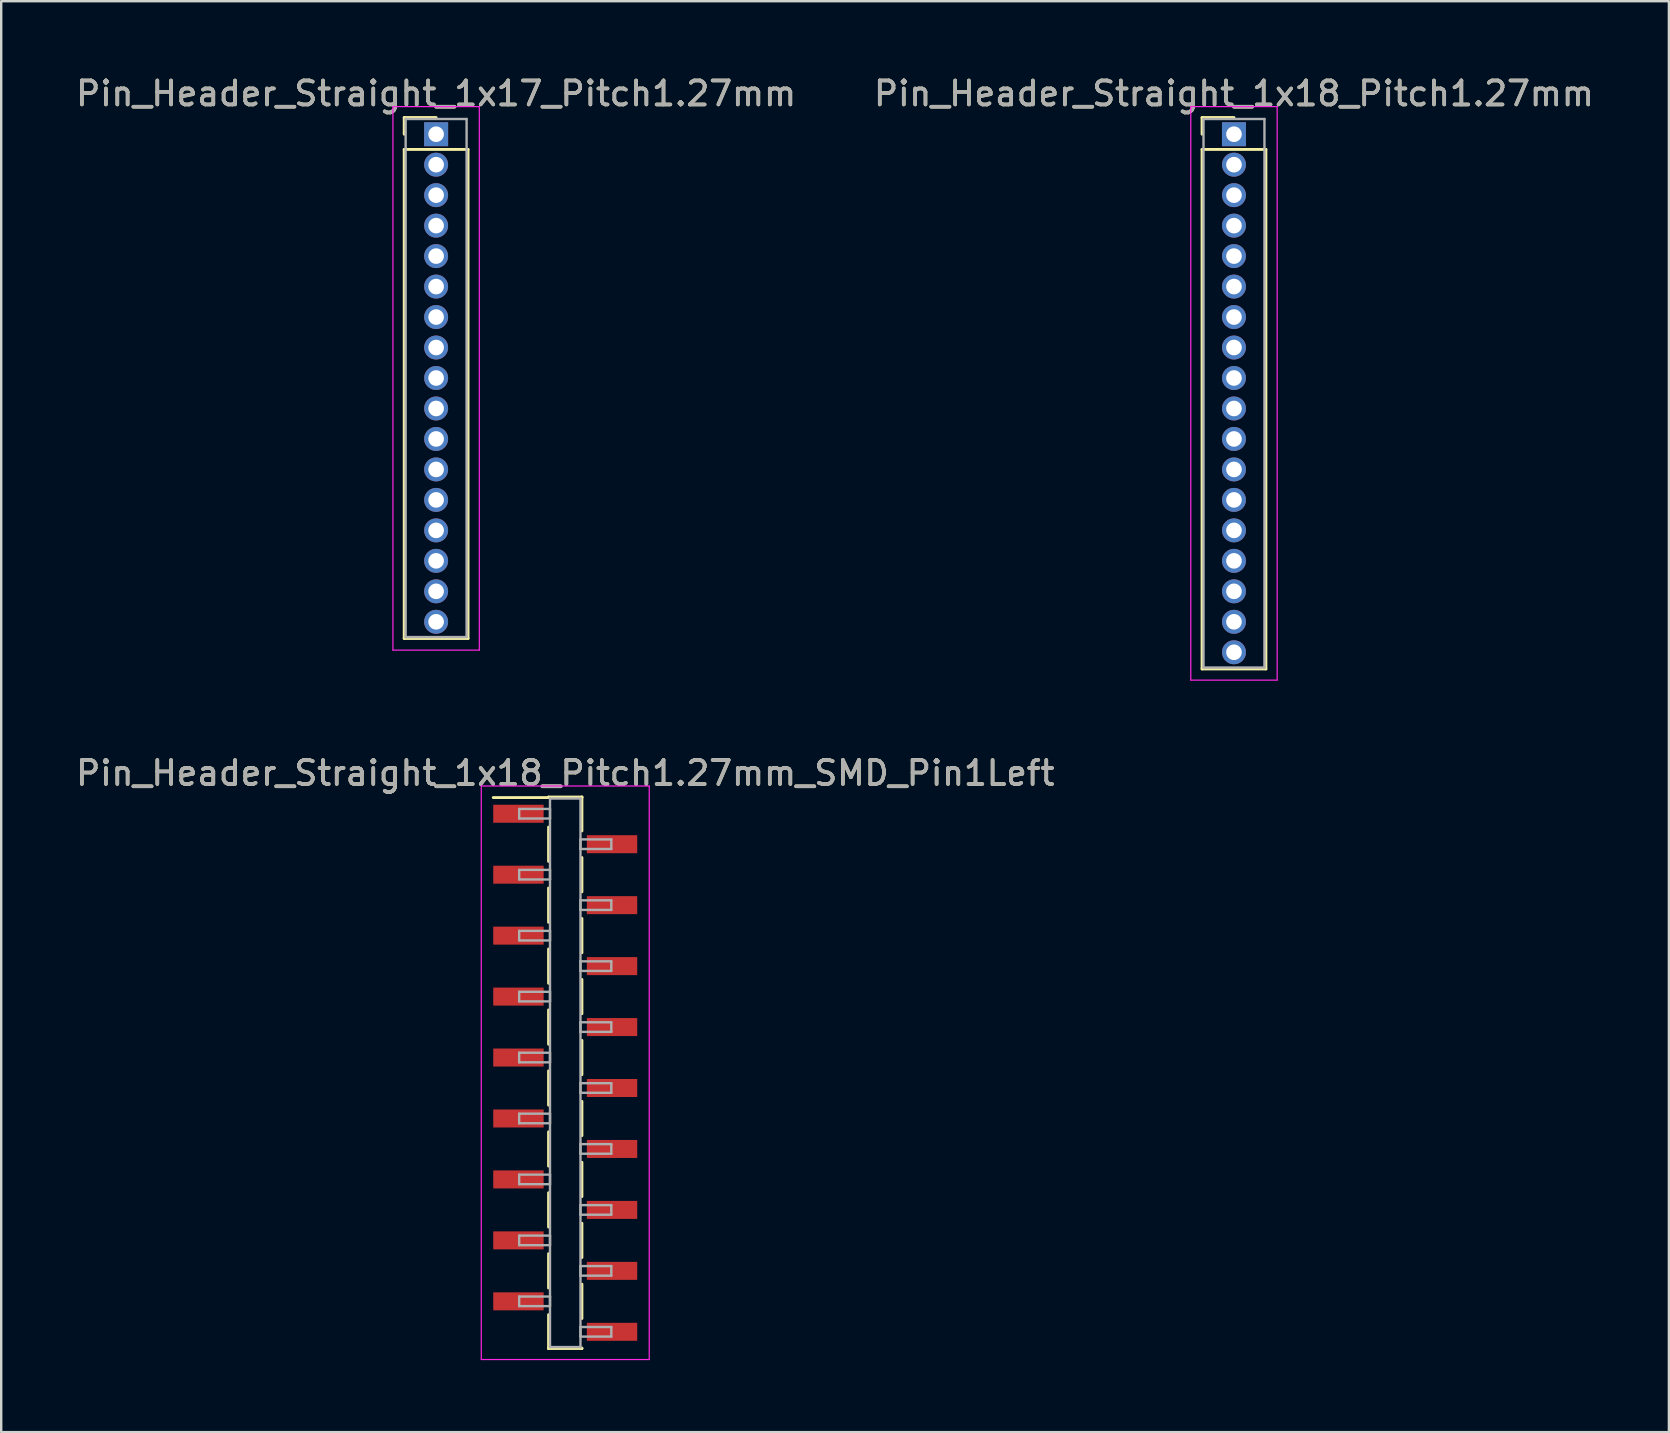
<source format=kicad_pcb>
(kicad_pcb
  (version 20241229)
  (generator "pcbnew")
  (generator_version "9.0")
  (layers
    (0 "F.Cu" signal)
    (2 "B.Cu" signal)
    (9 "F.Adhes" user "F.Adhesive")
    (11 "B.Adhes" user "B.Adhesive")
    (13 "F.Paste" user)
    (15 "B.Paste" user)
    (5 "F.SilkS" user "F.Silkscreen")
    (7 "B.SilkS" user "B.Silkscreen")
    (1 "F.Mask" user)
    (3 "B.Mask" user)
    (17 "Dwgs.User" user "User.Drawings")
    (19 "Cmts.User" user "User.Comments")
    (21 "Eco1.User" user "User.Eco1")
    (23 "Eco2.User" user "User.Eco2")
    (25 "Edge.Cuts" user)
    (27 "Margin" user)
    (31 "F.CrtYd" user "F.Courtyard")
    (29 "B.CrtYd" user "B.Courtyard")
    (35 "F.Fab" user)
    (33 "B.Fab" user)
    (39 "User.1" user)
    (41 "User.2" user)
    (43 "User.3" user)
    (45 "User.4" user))
  (footprint "Pin_Header_Straight_1x18_Pitch1.27mm_SMD_Pin1Left"
    (layer "F.Cu")
    (at 20.506 41.657)
    (property "Reference" "Pin_Header_Straight_1x18_Pitch1.27mm_SMD_Pin1Left" (at 0 -12.49 0) (layer "F.SilkS") (effects (font (size 1 1) (thickness 0.15))))
    (attr smd)
    (fp_line (start -0.695 -11.49) (end 0.695 -11.49) (stroke (width 0.12) (type solid)) (layer "F.SilkS"))
    (fp_line (start -0.695 -11.47) (end -3 -11.47) (stroke (width 0.12) (type solid)) (layer "F.SilkS"))
    (fp_line (start -0.695 -11.47) (end -0.695 -11.49) (stroke (width 0.12) (type solid)) (layer "F.SilkS"))
    (fp_line (start -0.695 -10.24) (end -0.695 -8.81) (stroke (width 0.12) (type solid)) (layer "F.SilkS"))
    (fp_line (start -0.695 -7.7) (end -0.695 -6.27) (stroke (width 0.12) (type solid)) (layer "F.SilkS"))
    (fp_line (start -0.695 -5.16) (end -0.695 -3.73) (stroke (width 0.12) (type solid)) (layer "F.SilkS"))
    (fp_line (start -0.695 -2.62) (end -0.695 -1.19) (stroke (width 0.12) (type solid)) (layer "F.SilkS"))
    (fp_line (start -0.695 -0.08) (end -0.695 1.35) (stroke (width 0.12) (type solid)) (layer "F.SilkS"))
    (fp_line (start -0.695 2.46) (end -0.695 3.89) (stroke (width 0.12) (type solid)) (layer "F.SilkS"))
    (fp_line (start -0.695 5) (end -0.695 6.43) (stroke (width 0.12) (type solid)) (layer "F.SilkS"))
    (fp_line (start -0.695 7.54) (end -0.695 8.97) (stroke (width 0.12) (type solid)) (layer "F.SilkS"))
    (fp_line (start -0.695 10.08) (end -0.695 11.49) (stroke (width 0.12) (type solid)) (layer "F.SilkS"))
    (fp_line (start -0.695 11.47) (end -0.695 11.49) (stroke (width 0.12) (type solid)) (layer "F.SilkS"))
    (fp_line (start -0.695 11.49) (end 0.695 11.49) (stroke (width 0.12) (type solid)) (layer "F.SilkS"))
    (fp_line (start 0.695 -11.49) (end 0.695 -11.47) (stroke (width 0.12) (type solid)) (layer "F.SilkS"))
    (fp_line (start 0.695 -11.49) (end 0.695 -10.08) (stroke (width 0.12) (type solid)) (layer "F.SilkS"))
    (fp_line (start 0.695 -8.97) (end 0.695 -7.54) (stroke (width 0.12) (type solid)) (layer "F.SilkS"))
    (fp_line (start 0.695 -6.43) (end 0.695 -5) (stroke (width 0.12) (type solid)) (layer "F.SilkS"))
    (fp_line (start 0.695 -3.89) (end 0.695 -2.46) (stroke (width 0.12) (type solid)) (layer "F.SilkS"))
    (fp_line (start 0.695 -1.35) (end 0.695 0.08) (stroke (width 0.12) (type solid)) (layer "F.SilkS"))
    (fp_line (start 0.695 1.19) (end 0.695 2.62) (stroke (width 0.12) (type solid)) (layer "F.SilkS"))
    (fp_line (start 0.695 3.73) (end 0.695 5.16) (stroke (width 0.12) (type solid)) (layer "F.SilkS"))
    (fp_line (start 0.695 6.27) (end 0.695 7.7) (stroke (width 0.12) (type solid)) (layer "F.SilkS"))
    (fp_line (start 0.695 8.81) (end 0.695 10.24) (stroke (width 0.12) (type solid)) (layer "F.SilkS"))
    (fp_line (start 0.695 11.49) (end 0.695 11.47) (stroke (width 0.12) (type solid)) (layer "F.SilkS"))
    (fp_line (start -3.5 -11.95) (end -3.5 11.95) (stroke (width 0.05) (type solid)) (layer "F.CrtYd"))
    (fp_line (start -3.5 11.95) (end 3.5 11.95) (stroke (width 0.05) (type solid)) (layer "F.CrtYd"))
    (fp_line (start 3.5 -11.95) (end -3.5 -11.95) (stroke (width 0.05) (type solid)) (layer "F.CrtYd"))
    (fp_line (start 3.5 11.95) (end 3.5 -11.95) (stroke (width 0.05) (type solid)) (layer "F.CrtYd"))
    (fp_line (start -1.92 -10.995) (end -0.635 -10.995) (stroke (width 0.1) (type solid)) (layer "F.Fab"))
    (fp_line (start -1.92 -10.595) (end -1.92 -10.995) (stroke (width 0.1) (type solid)) (layer "F.Fab"))
    (fp_line (start -1.92 -8.455) (end -0.635 -8.455) (stroke (width 0.1) (type solid)) (layer "F.Fab"))
    (fp_line (start -1.92 -8.055) (end -1.92 -8.455) (stroke (width 0.1) (type solid)) (layer "F.Fab"))
    (fp_line (start -1.92 -5.915) (end -0.635 -5.915) (stroke (width 0.1) (type solid)) (layer "F.Fab"))
    (fp_line (start -1.92 -5.515) (end -1.92 -5.915) (stroke (width 0.1) (type solid)) (layer "F.Fab"))
    (fp_line (start -1.92 -3.375) (end -0.635 -3.375) (stroke (width 0.1) (type solid)) (layer "F.Fab"))
    (fp_line (start -1.92 -2.975) (end -1.92 -3.375) (stroke (width 0.1) (type solid)) (layer "F.Fab"))
    (fp_line (start -1.92 -0.835) (end -0.635 -0.835) (stroke (width 0.1) (type solid)) (layer "F.Fab"))
    (fp_line (start -1.92 -0.435) (end -1.92 -0.835) (stroke (width 0.1) (type solid)) (layer "F.Fab"))
    (fp_line (start -1.92 1.705) (end -0.635 1.705) (stroke (width 0.1) (type solid)) (layer "F.Fab"))
    (fp_line (start -1.92 2.105) (end -1.92 1.705) (stroke (width 0.1) (type solid)) (layer "F.Fab"))
    (fp_line (start -1.92 4.245) (end -0.635 4.245) (stroke (width 0.1) (type solid)) (layer "F.Fab"))
    (fp_line (start -1.92 4.645) (end -1.92 4.245) (stroke (width 0.1) (type solid)) (layer "F.Fab"))
    (fp_line (start -1.92 6.785) (end -0.635 6.785) (stroke (width 0.1) (type solid)) (layer "F.Fab"))
    (fp_line (start -1.92 7.185) (end -1.92 6.785) (stroke (width 0.1) (type solid)) (layer "F.Fab"))
    (fp_line (start -1.92 9.325) (end -0.635 9.325) (stroke (width 0.1) (type solid)) (layer "F.Fab"))
    (fp_line (start -1.92 9.725) (end -1.92 9.325) (stroke (width 0.1) (type solid)) (layer "F.Fab"))
    (fp_line (start -0.635 -11.43) (end -0.635 11.43) (stroke (width 0.1) (type solid)) (layer "F.Fab"))
    (fp_line (start -0.635 -10.995) (end -0.635 -10.595) (stroke (width 0.1) (type solid)) (layer "F.Fab"))
    (fp_line (start -0.635 -10.595) (end -1.92 -10.595) (stroke (width 0.1) (type solid)) (layer "F.Fab"))
    (fp_line (start -0.635 -8.455) (end -0.635 -8.055) (stroke (width 0.1) (type solid)) (layer "F.Fab"))
    (fp_line (start -0.635 -8.055) (end -1.92 -8.055) (stroke (width 0.1) (type solid)) (layer "F.Fab"))
    (fp_line (start -0.635 -5.915) (end -0.635 -5.515) (stroke (width 0.1) (type solid)) (layer "F.Fab"))
    (fp_line (start -0.635 -5.515) (end -1.92 -5.515) (stroke (width 0.1) (type solid)) (layer "F.Fab"))
    (fp_line (start -0.635 -3.375) (end -0.635 -2.975) (stroke (width 0.1) (type solid)) (layer "F.Fab"))
    (fp_line (start -0.635 -2.975) (end -1.92 -2.975) (stroke (width 0.1) (type solid)) (layer "F.Fab"))
    (fp_line (start -0.635 -0.835) (end -0.635 -0.435) (stroke (width 0.1) (type solid)) (layer "F.Fab"))
    (fp_line (start -0.635 -0.435) (end -1.92 -0.435) (stroke (width 0.1) (type solid)) (layer "F.Fab"))
    (fp_line (start -0.635 1.705) (end -0.635 2.105) (stroke (width 0.1) (type solid)) (layer "F.Fab"))
    (fp_line (start -0.635 2.105) (end -1.92 2.105) (stroke (width 0.1) (type solid)) (layer "F.Fab"))
    (fp_line (start -0.635 4.245) (end -0.635 4.645) (stroke (width 0.1) (type solid)) (layer "F.Fab"))
    (fp_line (start -0.635 4.645) (end -1.92 4.645) (stroke (width 0.1) (type solid)) (layer "F.Fab"))
    (fp_line (start -0.635 6.785) (end -0.635 7.185) (stroke (width 0.1) (type solid)) (layer "F.Fab"))
    (fp_line (start -0.635 7.185) (end -1.92 7.185) (stroke (width 0.1) (type solid)) (layer "F.Fab"))
    (fp_line (start -0.635 9.325) (end -0.635 9.725) (stroke (width 0.1) (type solid)) (layer "F.Fab"))
    (fp_line (start -0.635 9.725) (end -1.92 9.725) (stroke (width 0.1) (type solid)) (layer "F.Fab"))
    (fp_line (start -0.635 11.43) (end 0.635 11.43) (stroke (width 0.1) (type solid)) (layer "F.Fab"))
    (fp_line (start 0.635 -11.43) (end -0.635 -11.43) (stroke (width 0.1) (type solid)) (layer "F.Fab"))
    (fp_line (start 0.635 -9.725) (end 0.635 -9.325) (stroke (width 0.1) (type solid)) (layer "F.Fab"))
    (fp_line (start 0.635 -9.325) (end 1.92 -9.325) (stroke (width 0.1) (type solid)) (layer "F.Fab"))
    (fp_line (start 0.635 -7.185) (end 0.635 -6.785) (stroke (width 0.1) (type solid)) (layer "F.Fab"))
    (fp_line (start 0.635 -6.785) (end 1.92 -6.785) (stroke (width 0.1) (type solid)) (layer "F.Fab"))
    (fp_line (start 0.635 -4.645) (end 0.635 -4.245) (stroke (width 0.1) (type solid)) (layer "F.Fab"))
    (fp_line (start 0.635 -4.245) (end 1.92 -4.245) (stroke (width 0.1) (type solid)) (layer "F.Fab"))
    (fp_line (start 0.635 -2.105) (end 0.635 -1.705) (stroke (width 0.1) (type solid)) (layer "F.Fab"))
    (fp_line (start 0.635 -1.705) (end 1.92 -1.705) (stroke (width 0.1) (type solid)) (layer "F.Fab"))
    (fp_line (start 0.635 0.435) (end 0.635 0.835) (stroke (width 0.1) (type solid)) (layer "F.Fab"))
    (fp_line (start 0.635 0.835) (end 1.92 0.835) (stroke (width 0.1) (type solid)) (layer "F.Fab"))
    (fp_line (start 0.635 2.975) (end 0.635 3.375) (stroke (width 0.1) (type solid)) (layer "F.Fab"))
    (fp_line (start 0.635 3.375) (end 1.92 3.375) (stroke (width 0.1) (type solid)) (layer "F.Fab"))
    (fp_line (start 0.635 5.515) (end 0.635 5.915) (stroke (width 0.1) (type solid)) (layer "F.Fab"))
    (fp_line (start 0.635 5.915) (end 1.92 5.915) (stroke (width 0.1) (type solid)) (layer "F.Fab"))
    (fp_line (start 0.635 8.055) (end 0.635 8.455) (stroke (width 0.1) (type solid)) (layer "F.Fab"))
    (fp_line (start 0.635 8.455) (end 1.92 8.455) (stroke (width 0.1) (type solid)) (layer "F.Fab"))
    (fp_line (start 0.635 10.595) (end 0.635 10.995) (stroke (width 0.1) (type solid)) (layer "F.Fab"))
    (fp_line (start 0.635 10.995) (end 1.92 10.995) (stroke (width 0.1) (type solid)) (layer "F.Fab"))
    (fp_line (start 0.635 11.43) (end 0.635 -11.43) (stroke (width 0.1) (type solid)) (layer "F.Fab"))
    (fp_line (start 1.92 -9.725) (end 0.635 -9.725) (stroke (width 0.1) (type solid)) (layer "F.Fab"))
    (fp_line (start 1.92 -9.325) (end 1.92 -9.725) (stroke (width 0.1) (type solid)) (layer "F.Fab"))
    (fp_line (start 1.92 -7.185) (end 0.635 -7.185) (stroke (width 0.1) (type solid)) (layer "F.Fab"))
    (fp_line (start 1.92 -6.785) (end 1.92 -7.185) (stroke (width 0.1) (type solid)) (layer "F.Fab"))
    (fp_line (start 1.92 -4.645) (end 0.635 -4.645) (stroke (width 0.1) (type solid)) (layer "F.Fab"))
    (fp_line (start 1.92 -4.245) (end 1.92 -4.645) (stroke (width 0.1) (type solid)) (layer "F.Fab"))
    (fp_line (start 1.92 -2.105) (end 0.635 -2.105) (stroke (width 0.1) (type solid)) (layer "F.Fab"))
    (fp_line (start 1.92 -1.705) (end 1.92 -2.105) (stroke (width 0.1) (type solid)) (layer "F.Fab"))
    (fp_line (start 1.92 0.435) (end 0.635 0.435) (stroke (width 0.1) (type solid)) (layer "F.Fab"))
    (fp_line (start 1.92 0.835) (end 1.92 0.435) (stroke (width 0.1) (type solid)) (layer "F.Fab"))
    (fp_line (start 1.92 2.975) (end 0.635 2.975) (stroke (width 0.1) (type solid)) (layer "F.Fab"))
    (fp_line (start 1.92 3.375) (end 1.92 2.975) (stroke (width 0.1) (type solid)) (layer "F.Fab"))
    (fp_line (start 1.92 5.515) (end 0.635 5.515) (stroke (width 0.1) (type solid)) (layer "F.Fab"))
    (fp_line (start 1.92 5.915) (end 1.92 5.515) (stroke (width 0.1) (type solid)) (layer "F.Fab"))
    (fp_line (start 1.92 8.055) (end 0.635 8.055) (stroke (width 0.1) (type solid)) (layer "F.Fab"))
    (fp_line (start 1.92 8.455) (end 1.92 8.055) (stroke (width 0.1) (type solid)) (layer "F.Fab"))
    (fp_line (start 1.92 10.595) (end 0.635 10.595) (stroke (width 0.1) (type solid)) (layer "F.Fab"))
    (fp_line (start 1.92 10.995) (end 1.92 10.595) (stroke (width 0.1) (type solid)) (layer "F.Fab"))
    (fp_text user "${REFERENCE}" (at 0 -12.49 0) (layer "F.Fab") (effects (font (size 1 1) (thickness 0.15))))
    (pad "1" smd rect (at -1.95 -10.795) (size 2.1 0.75) (layers "F.Cu" "F.Mask" "F.Paste"))
    (pad "2" smd rect (at 1.95 -9.525) (size 2.1 0.75) (layers "F.Cu" "F.Mask" "F.Paste"))
    (pad "3" smd rect (at -1.95 -8.255) (size 2.1 0.75) (layers "F.Cu" "F.Mask" "F.Paste"))
    (pad "4" smd rect (at 1.95 -6.985) (size 2.1 0.75) (layers "F.Cu" "F.Mask" "F.Paste"))
    (pad "5" smd rect (at -1.95 -5.715) (size 2.1 0.75) (layers "F.Cu" "F.Mask" "F.Paste"))
    (pad "6" smd rect (at 1.95 -4.445) (size 2.1 0.75) (layers "F.Cu" "F.Mask" "F.Paste"))
    (pad "7" smd rect (at -1.95 -3.175) (size 2.1 0.75) (layers "F.Cu" "F.Mask" "F.Paste"))
    (pad "8" smd rect (at 1.95 -1.905) (size 2.1 0.75) (layers "F.Cu" "F.Mask" "F.Paste"))
    (pad "9" smd rect (at -1.95 -0.635) (size 2.1 0.75) (layers "F.Cu" "F.Mask" "F.Paste"))
    (pad "10" smd rect (at 1.95 0.635) (size 2.1 0.75) (layers "F.Cu" "F.Mask" "F.Paste"))
    (pad "11" smd rect (at -1.95 1.905) (size 2.1 0.75) (layers "F.Cu" "F.Mask" "F.Paste"))
    (pad "12" smd rect (at 1.95 3.175) (size 2.1 0.75) (layers "F.Cu" "F.Mask" "F.Paste"))
    (pad "13" smd rect (at -1.95 4.445) (size 2.1 0.75) (layers "F.Cu" "F.Mask" "F.Paste"))
    (pad "14" smd rect (at 1.95 5.715) (size 2.1 0.75) (layers "F.Cu" "F.Mask" "F.Paste"))
    (pad "15" smd rect (at -1.95 6.985) (size 2.1 0.75) (layers "F.Cu" "F.Mask" "F.Paste"))
    (pad "16" smd rect (at 1.95 8.255) (size 2.1 0.75) (layers "F.Cu" "F.Mask" "F.Paste"))
    (pad "17" smd rect (at -1.95 9.525) (size 2.1 0.75) (layers "F.Cu" "F.Mask" "F.Paste"))
    (pad "18" smd rect (at 1.95 10.795) (size 2.1 0.75) (layers "F.Cu" "F.Mask" "F.Paste")))
  (footprint "Pin_Header_Straight_1x17_Pitch1.27mm"
    (layer "F.Cu")
    (at 15.125 2.543)
    (property "Reference" "Pin_Header_Straight_1x17_Pitch1.27mm" (at 0 -1.695 0) (layer "F.SilkS") (effects (font (size 1 1) (thickness 0.15))))
    (attr through_hole)
    (fp_line (start -1.33 -0.695) (end 0 -0.695) (stroke (width 0.12) (type solid)) (layer "F.SilkS"))
    (fp_line (start -1.33 0) (end -1.33 -0.695) (stroke (width 0.12) (type solid)) (layer "F.SilkS"))
    (fp_line (start -1.33 0.635) (end -1.33 21.015) (stroke (width 0.12) (type solid)) (layer "F.SilkS"))
    (fp_line (start -1.33 21.015) (end 1.33 21.015) (stroke (width 0.12) (type solid)) (layer "F.SilkS"))
    (fp_line (start 1.33 0.635) (end -1.33 0.635) (stroke (width 0.12) (type solid)) (layer "F.SilkS"))
    (fp_line (start 1.33 21.015) (end 1.33 0.635) (stroke (width 0.12) (type solid)) (layer "F.SilkS"))
    (fp_line (start -1.8 -1.15) (end -1.8 21.5) (stroke (width 0.05) (type solid)) (layer "F.CrtYd"))
    (fp_line (start -1.8 21.5) (end 1.8 21.5) (stroke (width 0.05) (type solid)) (layer "F.CrtYd"))
    (fp_line (start 1.8 -1.15) (end -1.8 -1.15) (stroke (width 0.05) (type solid)) (layer "F.CrtYd"))
    (fp_line (start 1.8 21.5) (end 1.8 -1.15) (stroke (width 0.05) (type solid)) (layer "F.CrtYd"))
    (fp_line (start -1.27 -0.635) (end -1.27 20.955) (stroke (width 0.1) (type solid)) (layer "F.Fab"))
    (fp_line (start -1.27 20.955) (end 1.27 20.955) (stroke (width 0.1) (type solid)) (layer "F.Fab"))
    (fp_line (start 1.27 -0.635) (end -1.27 -0.635) (stroke (width 0.1) (type solid)) (layer "F.Fab"))
    (fp_line (start 1.27 20.955) (end 1.27 -0.635) (stroke (width 0.1) (type solid)) (layer "F.Fab"))
    (fp_text user "${REFERENCE}" (at 0 -1.695 0) (layer "F.Fab") (effects (font (size 1 1) (thickness 0.15))))
    (pad "1" thru_hole rect (at 0 0) (size 1 1) (drill 0.65) (layers "*.Cu" "*.Mask"))
    (pad "2" thru_hole oval (at 0 1.27) (size 1 1) (drill 0.65) (layers "*.Cu" "*.Mask"))
    (pad "3" thru_hole oval (at 0 2.54) (size 1 1) (drill 0.65) (layers "*.Cu" "*.Mask"))
    (pad "4" thru_hole oval (at 0 3.81) (size 1 1) (drill 0.65) (layers "*.Cu" "*.Mask"))
    (pad "5" thru_hole oval (at 0 5.08) (size 1 1) (drill 0.65) (layers "*.Cu" "*.Mask"))
    (pad "6" thru_hole oval (at 0 6.35) (size 1 1) (drill 0.65) (layers "*.Cu" "*.Mask"))
    (pad "7" thru_hole oval (at 0 7.62) (size 1 1) (drill 0.65) (layers "*.Cu" "*.Mask"))
    (pad "8" thru_hole oval (at 0 8.89) (size 1 1) (drill 0.65) (layers "*.Cu" "*.Mask"))
    (pad "9" thru_hole oval (at 0 10.16) (size 1 1) (drill 0.65) (layers "*.Cu" "*.Mask"))
    (pad "10" thru_hole oval (at 0 11.43) (size 1 1) (drill 0.65) (layers "*.Cu" "*.Mask"))
    (pad "11" thru_hole oval (at 0 12.7) (size 1 1) (drill 0.65) (layers "*.Cu" "*.Mask"))
    (pad "12" thru_hole oval (at 0 13.97) (size 1 1) (drill 0.65) (layers "*.Cu" "*.Mask"))
    (pad "13" thru_hole oval (at 0 15.24) (size 1 1) (drill 0.65) (layers "*.Cu" "*.Mask"))
    (pad "14" thru_hole oval (at 0 16.51) (size 1 1) (drill 0.65) (layers "*.Cu" "*.Mask"))
    (pad "15" thru_hole oval (at 0 17.78) (size 1 1) (drill 0.65) (layers "*.Cu" "*.Mask"))
    (pad "16" thru_hole oval (at 0 19.05) (size 1 1) (drill 0.65) (layers "*.Cu" "*.Mask"))
    (pad "17" thru_hole oval (at 0 20.32) (size 1 1) (drill 0.65) (layers "*.Cu" "*.Mask")))
  (footprint "Pin_Header_Straight_1x18_Pitch1.27mm"
    (layer "F.Cu")
    (at 48.375 2.543)
    (property "Reference" "Pin_Header_Straight_1x18_Pitch1.27mm" (at 0 -1.695 0) (layer "F.SilkS") (effects (font (size 1 1) (thickness 0.15))))
    (attr through_hole)
    (fp_line (start -1.33 -0.695) (end 0 -0.695) (stroke (width 0.12) (type solid)) (layer "F.SilkS"))
    (fp_line (start -1.33 0) (end -1.33 -0.695) (stroke (width 0.12) (type solid)) (layer "F.SilkS"))
    (fp_line (start -1.33 0.635) (end -1.33 22.285) (stroke (width 0.12) (type solid)) (layer "F.SilkS"))
    (fp_line (start -1.33 22.285) (end 1.33 22.285) (stroke (width 0.12) (type solid)) (layer "F.SilkS"))
    (fp_line (start 1.33 0.635) (end -1.33 0.635) (stroke (width 0.12) (type solid)) (layer "F.SilkS"))
    (fp_line (start 1.33 22.285) (end 1.33 0.635) (stroke (width 0.12) (type solid)) (layer "F.SilkS"))
    (fp_line (start -1.8 -1.15) (end -1.8 22.75) (stroke (width 0.05) (type solid)) (layer "F.CrtYd"))
    (fp_line (start -1.8 22.75) (end 1.8 22.75) (stroke (width 0.05) (type solid)) (layer "F.CrtYd"))
    (fp_line (start 1.8 -1.15) (end -1.8 -1.15) (stroke (width 0.05) (type solid)) (layer "F.CrtYd"))
    (fp_line (start 1.8 22.75) (end 1.8 -1.15) (stroke (width 0.05) (type solid)) (layer "F.CrtYd"))
    (fp_line (start -1.27 -0.635) (end -1.27 22.225) (stroke (width 0.1) (type solid)) (layer "F.Fab"))
    (fp_line (start -1.27 22.225) (end 1.27 22.225) (stroke (width 0.1) (type solid)) (layer "F.Fab"))
    (fp_line (start 1.27 -0.635) (end -1.27 -0.635) (stroke (width 0.1) (type solid)) (layer "F.Fab"))
    (fp_line (start 1.27 22.225) (end 1.27 -0.635) (stroke (width 0.1) (type solid)) (layer "F.Fab"))
    (fp_text user "${REFERENCE}" (at 0 -1.695 0) (layer "F.Fab") (effects (font (size 1 1) (thickness 0.15))))
    (pad "1" thru_hole rect (at 0 0) (size 1 1) (drill 0.65) (layers "*.Cu" "*.Mask"))
    (pad "2" thru_hole oval (at 0 1.27) (size 1 1) (drill 0.65) (layers "*.Cu" "*.Mask"))
    (pad "3" thru_hole oval (at 0 2.54) (size 1 1) (drill 0.65) (layers "*.Cu" "*.Mask"))
    (pad "4" thru_hole oval (at 0 3.81) (size 1 1) (drill 0.65) (layers "*.Cu" "*.Mask"))
    (pad "5" thru_hole oval (at 0 5.08) (size 1 1) (drill 0.65) (layers "*.Cu" "*.Mask"))
    (pad "6" thru_hole oval (at 0 6.35) (size 1 1) (drill 0.65) (layers "*.Cu" "*.Mask"))
    (pad "7" thru_hole oval (at 0 7.62) (size 1 1) (drill 0.65) (layers "*.Cu" "*.Mask"))
    (pad "8" thru_hole oval (at 0 8.89) (size 1 1) (drill 0.65) (layers "*.Cu" "*.Mask"))
    (pad "9" thru_hole oval (at 0 10.16) (size 1 1) (drill 0.65) (layers "*.Cu" "*.Mask"))
    (pad "10" thru_hole oval (at 0 11.43) (size 1 1) (drill 0.65) (layers "*.Cu" "*.Mask"))
    (pad "11" thru_hole oval (at 0 12.7) (size 1 1) (drill 0.65) (layers "*.Cu" "*.Mask"))
    (pad "12" thru_hole oval (at 0 13.97) (size 1 1) (drill 0.65) (layers "*.Cu" "*.Mask"))
    (pad "13" thru_hole oval (at 0 15.24) (size 1 1) (drill 0.65) (layers "*.Cu" "*.Mask"))
    (pad "14" thru_hole oval (at 0 16.51) (size 1 1) (drill 0.65) (layers "*.Cu" "*.Mask"))
    (pad "15" thru_hole oval (at 0 17.78) (size 1 1) (drill 0.65) (layers "*.Cu" "*.Mask"))
    (pad "16" thru_hole oval (at 0 19.05) (size 1 1) (drill 0.65) (layers "*.Cu" "*.Mask"))
    (pad "17" thru_hole oval (at 0 20.32) (size 1 1) (drill 0.65) (layers "*.Cu" "*.Mask"))
    (pad "18" thru_hole oval (at 0 21.59) (size 1 1) (drill 0.65) (layers "*.Cu" "*.Mask")))
  (gr_rect
    (start -3 -3)
    (end 66.5 56.632)
    (stroke (width 0.1) (type default))
    (fill no)
    (layer "Edge.Cuts")))
</source>
